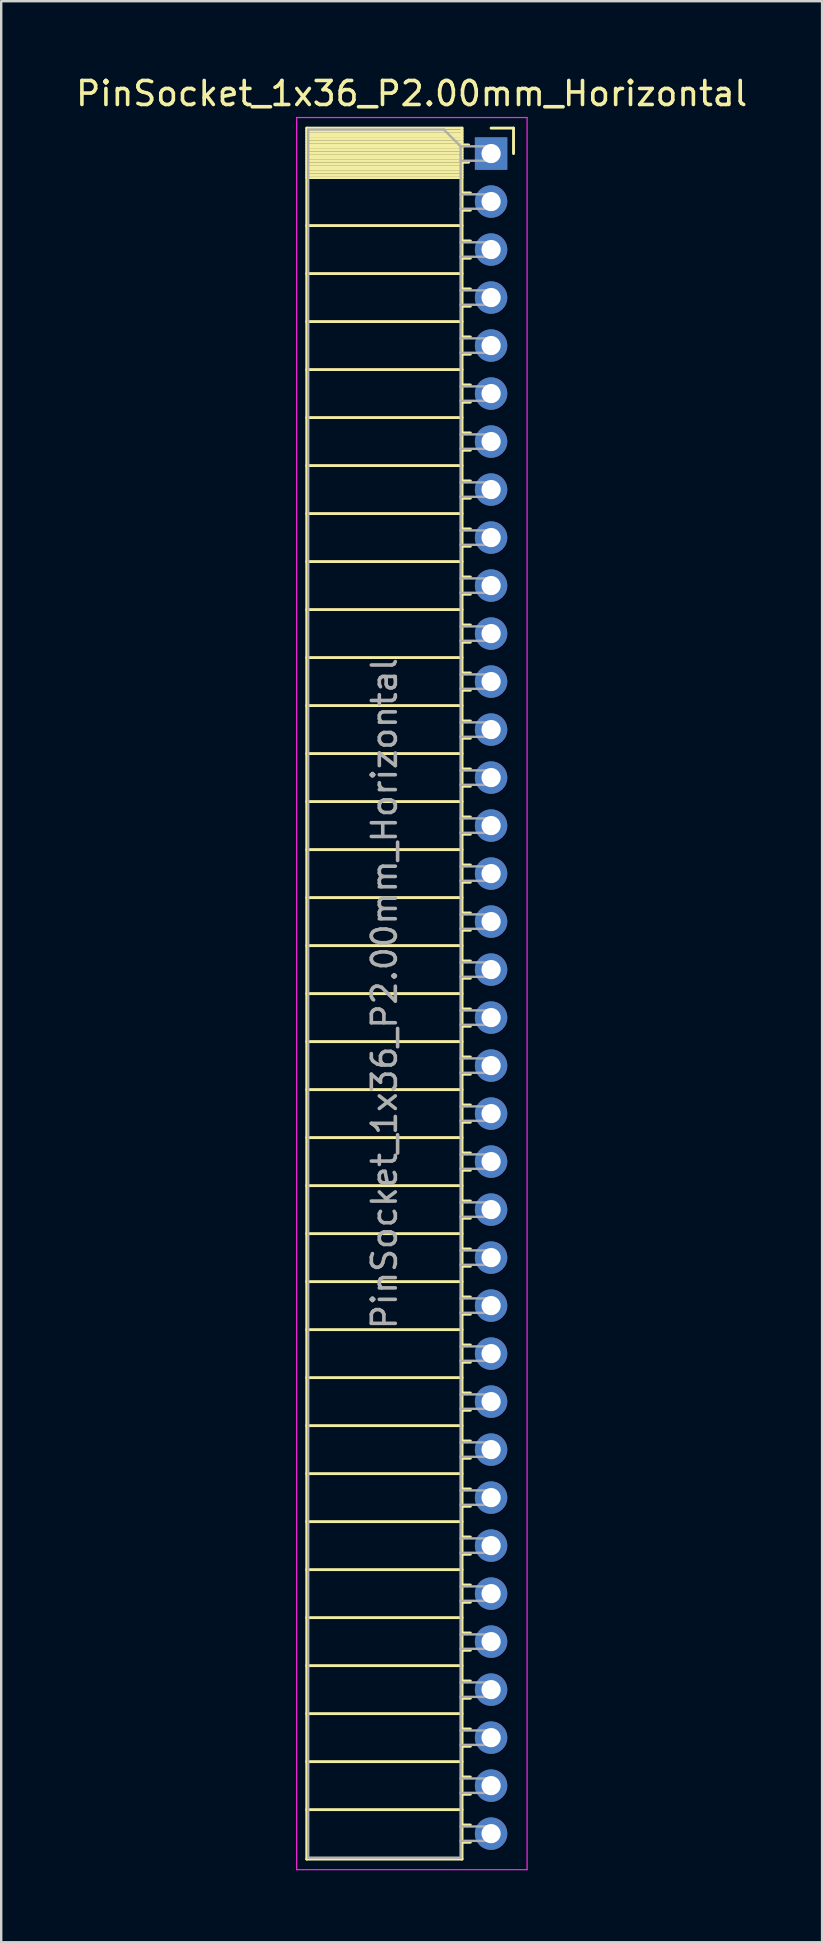
<source format=kicad_pcb>
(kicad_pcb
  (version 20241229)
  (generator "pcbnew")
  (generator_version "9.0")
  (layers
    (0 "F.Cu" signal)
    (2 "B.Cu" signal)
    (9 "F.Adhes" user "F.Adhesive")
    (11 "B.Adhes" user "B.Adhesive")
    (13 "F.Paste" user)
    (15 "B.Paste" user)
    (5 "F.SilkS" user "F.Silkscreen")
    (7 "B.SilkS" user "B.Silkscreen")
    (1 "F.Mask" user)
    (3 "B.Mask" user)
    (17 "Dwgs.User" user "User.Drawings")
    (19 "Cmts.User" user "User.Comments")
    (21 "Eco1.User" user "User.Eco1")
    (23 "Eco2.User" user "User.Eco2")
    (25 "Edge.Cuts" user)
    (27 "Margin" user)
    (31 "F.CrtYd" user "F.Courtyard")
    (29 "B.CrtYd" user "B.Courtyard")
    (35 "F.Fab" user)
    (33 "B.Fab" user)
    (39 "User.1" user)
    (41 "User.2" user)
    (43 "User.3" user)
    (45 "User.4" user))
  (footprint "PinSocket_1x36_P2.00mm_Horizontal"
    (layer "F.Cu")
    (at 17.411 3.348)
    (property "Reference" "PinSocket_1x36_P2.00mm_Horizontal" (at -3.31 -2.5 0) (layer "F.SilkS") (effects (font (size 1 1) (thickness 0.15))))
    (attr through_hole)
    (fp_line (start -7.68 -1.06) (end -7.68 71.06) (stroke (width 0.12) (type solid)) (layer "F.SilkS"))
    (fp_line (start -7.68 -1.06) (end -1.21 -1.06) (stroke (width 0.12) (type solid)) (layer "F.SilkS"))
    (fp_line (start -7.68 -0.94) (end -1.21 -0.94) (stroke (width 0.12) (type solid)) (layer "F.SilkS"))
    (fp_line (start -7.68 -0.826) (end -1.21 -0.826) (stroke (width 0.12) (type solid)) (layer "F.SilkS"))
    (fp_line (start -7.68 -0.712) (end -1.21 -0.712) (stroke (width 0.12) (type solid)) (layer "F.SilkS"))
    (fp_line (start -7.68 -0.598) (end -1.21 -0.598) (stroke (width 0.12) (type solid)) (layer "F.SilkS"))
    (fp_line (start -7.68 -0.484) (end -1.21 -0.484) (stroke (width 0.12) (type solid)) (layer "F.SilkS"))
    (fp_line (start -7.68 -0.369) (end -1.21 -0.369) (stroke (width 0.12) (type solid)) (layer "F.SilkS"))
    (fp_line (start -7.68 -0.255) (end -1.21 -0.255) (stroke (width 0.12) (type solid)) (layer "F.SilkS"))
    (fp_line (start -7.68 -0.141) (end -1.21 -0.141) (stroke (width 0.12) (type solid)) (layer "F.SilkS"))
    (fp_line (start -7.68 -0.027) (end -1.21 -0.027) (stroke (width 0.12) (type solid)) (layer "F.SilkS"))
    (fp_line (start -7.68 0.087) (end -1.21 0.087) (stroke (width 0.12) (type solid)) (layer "F.SilkS"))
    (fp_line (start -7.68 0.201) (end -1.21 0.201) (stroke (width 0.12) (type solid)) (layer "F.SilkS"))
    (fp_line (start -7.68 0.315) (end -1.21 0.315) (stroke (width 0.12) (type solid)) (layer "F.SilkS"))
    (fp_line (start -7.68 0.429) (end -1.21 0.429) (stroke (width 0.12) (type solid)) (layer "F.SilkS"))
    (fp_line (start -7.68 0.544) (end -1.21 0.544) (stroke (width 0.12) (type solid)) (layer "F.SilkS"))
    (fp_line (start -7.68 0.658) (end -1.21 0.658) (stroke (width 0.12) (type solid)) (layer "F.SilkS"))
    (fp_line (start -7.68 0.772) (end -1.21 0.772) (stroke (width 0.12) (type solid)) (layer "F.SilkS"))
    (fp_line (start -7.68 0.886) (end -1.21 0.886) (stroke (width 0.12) (type solid)) (layer "F.SilkS"))
    (fp_line (start -7.68 1) (end -1.21 1) (stroke (width 0.12) (type solid)) (layer "F.SilkS"))
    (fp_line (start -7.68 3) (end -1.21 3) (stroke (width 0.12) (type solid)) (layer "F.SilkS"))
    (fp_line (start -7.68 5) (end -1.21 5) (stroke (width 0.12) (type solid)) (layer "F.SilkS"))
    (fp_line (start -7.68 7) (end -1.21 7) (stroke (width 0.12) (type solid)) (layer "F.SilkS"))
    (fp_line (start -7.68 9) (end -1.21 9) (stroke (width 0.12) (type solid)) (layer "F.SilkS"))
    (fp_line (start -7.68 11) (end -1.21 11) (stroke (width 0.12) (type solid)) (layer "F.SilkS"))
    (fp_line (start -7.68 13) (end -1.21 13) (stroke (width 0.12) (type solid)) (layer "F.SilkS"))
    (fp_line (start -7.68 15) (end -1.21 15) (stroke (width 0.12) (type solid)) (layer "F.SilkS"))
    (fp_line (start -7.68 17) (end -1.21 17) (stroke (width 0.12) (type solid)) (layer "F.SilkS"))
    (fp_line (start -7.68 19) (end -1.21 19) (stroke (width 0.12) (type solid)) (layer "F.SilkS"))
    (fp_line (start -7.68 21) (end -1.21 21) (stroke (width 0.12) (type solid)) (layer "F.SilkS"))
    (fp_line (start -7.68 23) (end -1.21 23) (stroke (width 0.12) (type solid)) (layer "F.SilkS"))
    (fp_line (start -7.68 25) (end -1.21 25) (stroke (width 0.12) (type solid)) (layer "F.SilkS"))
    (fp_line (start -7.68 27) (end -1.21 27) (stroke (width 0.12) (type solid)) (layer "F.SilkS"))
    (fp_line (start -7.68 29) (end -1.21 29) (stroke (width 0.12) (type solid)) (layer "F.SilkS"))
    (fp_line (start -7.68 31) (end -1.21 31) (stroke (width 0.12) (type solid)) (layer "F.SilkS"))
    (fp_line (start -7.68 33) (end -1.21 33) (stroke (width 0.12) (type solid)) (layer "F.SilkS"))
    (fp_line (start -7.68 35) (end -1.21 35) (stroke (width 0.12) (type solid)) (layer "F.SilkS"))
    (fp_line (start -7.68 37) (end -1.21 37) (stroke (width 0.12) (type solid)) (layer "F.SilkS"))
    (fp_line (start -7.68 39) (end -1.21 39) (stroke (width 0.12) (type solid)) (layer "F.SilkS"))
    (fp_line (start -7.68 41) (end -1.21 41) (stroke (width 0.12) (type solid)) (layer "F.SilkS"))
    (fp_line (start -7.68 43) (end -1.21 43) (stroke (width 0.12) (type solid)) (layer "F.SilkS"))
    (fp_line (start -7.68 45) (end -1.21 45) (stroke (width 0.12) (type solid)) (layer "F.SilkS"))
    (fp_line (start -7.68 47) (end -1.21 47) (stroke (width 0.12) (type solid)) (layer "F.SilkS"))
    (fp_line (start -7.68 49) (end -1.21 49) (stroke (width 0.12) (type solid)) (layer "F.SilkS"))
    (fp_line (start -7.68 51) (end -1.21 51) (stroke (width 0.12) (type solid)) (layer "F.SilkS"))
    (fp_line (start -7.68 53) (end -1.21 53) (stroke (width 0.12) (type solid)) (layer "F.SilkS"))
    (fp_line (start -7.68 55) (end -1.21 55) (stroke (width 0.12) (type solid)) (layer "F.SilkS"))
    (fp_line (start -7.68 57) (end -1.21 57) (stroke (width 0.12) (type solid)) (layer "F.SilkS"))
    (fp_line (start -7.68 59) (end -1.21 59) (stroke (width 0.12) (type solid)) (layer "F.SilkS"))
    (fp_line (start -7.68 61) (end -1.21 61) (stroke (width 0.12) (type solid)) (layer "F.SilkS"))
    (fp_line (start -7.68 63) (end -1.21 63) (stroke (width 0.12) (type solid)) (layer "F.SilkS"))
    (fp_line (start -7.68 65) (end -1.21 65) (stroke (width 0.12) (type solid)) (layer "F.SilkS"))
    (fp_line (start -7.68 67) (end -1.21 67) (stroke (width 0.12) (type solid)) (layer "F.SilkS"))
    (fp_line (start -7.68 69) (end -1.21 69) (stroke (width 0.12) (type solid)) (layer "F.SilkS"))
    (fp_line (start -7.68 71.06) (end -1.21 71.06) (stroke (width 0.12) (type solid)) (layer "F.SilkS"))
    (fp_line (start -1.21 -1.06) (end -1.21 71.06) (stroke (width 0.12) (type solid)) (layer "F.SilkS"))
    (fp_line (start -1.21 -0.36) (end -0.935 -0.36) (stroke (width 0.12) (type solid)) (layer "F.SilkS"))
    (fp_line (start -1.21 0.36) (end -0.935 0.36) (stroke (width 0.12) (type solid)) (layer "F.SilkS"))
    (fp_line (start -1.21 1.64) (end -0.863 1.64) (stroke (width 0.12) (type solid)) (layer "F.SilkS"))
    (fp_line (start -1.21 2.36) (end -0.863 2.36) (stroke (width 0.12) (type solid)) (layer "F.SilkS"))
    (fp_line (start -1.21 3.64) (end -0.863 3.64) (stroke (width 0.12) (type solid)) (layer "F.SilkS"))
    (fp_line (start -1.21 4.36) (end -0.863 4.36) (stroke (width 0.12) (type solid)) (layer "F.SilkS"))
    (fp_line (start -1.21 5.64) (end -0.863 5.64) (stroke (width 0.12) (type solid)) (layer "F.SilkS"))
    (fp_line (start -1.21 6.36) (end -0.863 6.36) (stroke (width 0.12) (type solid)) (layer "F.SilkS"))
    (fp_line (start -1.21 7.64) (end -0.863 7.64) (stroke (width 0.12) (type solid)) (layer "F.SilkS"))
    (fp_line (start -1.21 8.36) (end -0.863 8.36) (stroke (width 0.12) (type solid)) (layer "F.SilkS"))
    (fp_line (start -1.21 9.64) (end -0.863 9.64) (stroke (width 0.12) (type solid)) (layer "F.SilkS"))
    (fp_line (start -1.21 10.36) (end -0.863 10.36) (stroke (width 0.12) (type solid)) (layer "F.SilkS"))
    (fp_line (start -1.21 11.64) (end -0.863 11.64) (stroke (width 0.12) (type solid)) (layer "F.SilkS"))
    (fp_line (start -1.21 12.36) (end -0.863 12.36) (stroke (width 0.12) (type solid)) (layer "F.SilkS"))
    (fp_line (start -1.21 13.64) (end -0.863 13.64) (stroke (width 0.12) (type solid)) (layer "F.SilkS"))
    (fp_line (start -1.21 14.36) (end -0.863 14.36) (stroke (width 0.12) (type solid)) (layer "F.SilkS"))
    (fp_line (start -1.21 15.64) (end -0.863 15.64) (stroke (width 0.12) (type solid)) (layer "F.SilkS"))
    (fp_line (start -1.21 16.36) (end -0.863 16.36) (stroke (width 0.12) (type solid)) (layer "F.SilkS"))
    (fp_line (start -1.21 17.64) (end -0.863 17.64) (stroke (width 0.12) (type solid)) (layer "F.SilkS"))
    (fp_line (start -1.21 18.36) (end -0.863 18.36) (stroke (width 0.12) (type solid)) (layer "F.SilkS"))
    (fp_line (start -1.21 19.64) (end -0.863 19.64) (stroke (width 0.12) (type solid)) (layer "F.SilkS"))
    (fp_line (start -1.21 20.36) (end -0.863 20.36) (stroke (width 0.12) (type solid)) (layer "F.SilkS"))
    (fp_line (start -1.21 21.64) (end -0.863 21.64) (stroke (width 0.12) (type solid)) (layer "F.SilkS"))
    (fp_line (start -1.21 22.36) (end -0.863 22.36) (stroke (width 0.12) (type solid)) (layer "F.SilkS"))
    (fp_line (start -1.21 23.64) (end -0.863 23.64) (stroke (width 0.12) (type solid)) (layer "F.SilkS"))
    (fp_line (start -1.21 24.36) (end -0.863 24.36) (stroke (width 0.12) (type solid)) (layer "F.SilkS"))
    (fp_line (start -1.21 25.64) (end -0.863 25.64) (stroke (width 0.12) (type solid)) (layer "F.SilkS"))
    (fp_line (start -1.21 26.36) (end -0.863 26.36) (stroke (width 0.12) (type solid)) (layer "F.SilkS"))
    (fp_line (start -1.21 27.64) (end -0.863 27.64) (stroke (width 0.12) (type solid)) (layer "F.SilkS"))
    (fp_line (start -1.21 28.36) (end -0.863 28.36) (stroke (width 0.12) (type solid)) (layer "F.SilkS"))
    (fp_line (start -1.21 29.64) (end -0.863 29.64) (stroke (width 0.12) (type solid)) (layer "F.SilkS"))
    (fp_line (start -1.21 30.36) (end -0.863 30.36) (stroke (width 0.12) (type solid)) (layer "F.SilkS"))
    (fp_line (start -1.21 31.64) (end -0.863 31.64) (stroke (width 0.12) (type solid)) (layer "F.SilkS"))
    (fp_line (start -1.21 32.36) (end -0.863 32.36) (stroke (width 0.12) (type solid)) (layer "F.SilkS"))
    (fp_line (start -1.21 33.64) (end -0.863 33.64) (stroke (width 0.12) (type solid)) (layer "F.SilkS"))
    (fp_line (start -1.21 34.36) (end -0.863 34.36) (stroke (width 0.12) (type solid)) (layer "F.SilkS"))
    (fp_line (start -1.21 35.64) (end -0.863 35.64) (stroke (width 0.12) (type solid)) (layer "F.SilkS"))
    (fp_line (start -1.21 36.36) (end -0.863 36.36) (stroke (width 0.12) (type solid)) (layer "F.SilkS"))
    (fp_line (start -1.21 37.64) (end -0.863 37.64) (stroke (width 0.12) (type solid)) (layer "F.SilkS"))
    (fp_line (start -1.21 38.36) (end -0.863 38.36) (stroke (width 0.12) (type solid)) (layer "F.SilkS"))
    (fp_line (start -1.21 39.64) (end -0.863 39.64) (stroke (width 0.12) (type solid)) (layer "F.SilkS"))
    (fp_line (start -1.21 40.36) (end -0.863 40.36) (stroke (width 0.12) (type solid)) (layer "F.SilkS"))
    (fp_line (start -1.21 41.64) (end -0.863 41.64) (stroke (width 0.12) (type solid)) (layer "F.SilkS"))
    (fp_line (start -1.21 42.36) (end -0.863 42.36) (stroke (width 0.12) (type solid)) (layer "F.SilkS"))
    (fp_line (start -1.21 43.64) (end -0.863 43.64) (stroke (width 0.12) (type solid)) (layer "F.SilkS"))
    (fp_line (start -1.21 44.36) (end -0.863 44.36) (stroke (width 0.12) (type solid)) (layer "F.SilkS"))
    (fp_line (start -1.21 45.64) (end -0.863 45.64) (stroke (width 0.12) (type solid)) (layer "F.SilkS"))
    (fp_line (start -1.21 46.36) (end -0.863 46.36) (stroke (width 0.12) (type solid)) (layer "F.SilkS"))
    (fp_line (start -1.21 47.64) (end -0.863 47.64) (stroke (width 0.12) (type solid)) (layer "F.SilkS"))
    (fp_line (start -1.21 48.36) (end -0.863 48.36) (stroke (width 0.12) (type solid)) (layer "F.SilkS"))
    (fp_line (start -1.21 49.64) (end -0.863 49.64) (stroke (width 0.12) (type solid)) (layer "F.SilkS"))
    (fp_line (start -1.21 50.36) (end -0.863 50.36) (stroke (width 0.12) (type solid)) (layer "F.SilkS"))
    (fp_line (start -1.21 51.64) (end -0.863 51.64) (stroke (width 0.12) (type solid)) (layer "F.SilkS"))
    (fp_line (start -1.21 52.36) (end -0.863 52.36) (stroke (width 0.12) (type solid)) (layer "F.SilkS"))
    (fp_line (start -1.21 53.64) (end -0.863 53.64) (stroke (width 0.12) (type solid)) (layer "F.SilkS"))
    (fp_line (start -1.21 54.36) (end -0.863 54.36) (stroke (width 0.12) (type solid)) (layer "F.SilkS"))
    (fp_line (start -1.21 55.64) (end -0.863 55.64) (stroke (width 0.12) (type solid)) (layer "F.SilkS"))
    (fp_line (start -1.21 56.36) (end -0.863 56.36) (stroke (width 0.12) (type solid)) (layer "F.SilkS"))
    (fp_line (start -1.21 57.64) (end -0.863 57.64) (stroke (width 0.12) (type solid)) (layer "F.SilkS"))
    (fp_line (start -1.21 58.36) (end -0.863 58.36) (stroke (width 0.12) (type solid)) (layer "F.SilkS"))
    (fp_line (start -1.21 59.64) (end -0.863 59.64) (stroke (width 0.12) (type solid)) (layer "F.SilkS"))
    (fp_line (start -1.21 60.36) (end -0.863 60.36) (stroke (width 0.12) (type solid)) (layer "F.SilkS"))
    (fp_line (start -1.21 61.64) (end -0.863 61.64) (stroke (width 0.12) (type solid)) (layer "F.SilkS"))
    (fp_line (start -1.21 62.36) (end -0.863 62.36) (stroke (width 0.12) (type solid)) (layer "F.SilkS"))
    (fp_line (start -1.21 63.64) (end -0.863 63.64) (stroke (width 0.12) (type solid)) (layer "F.SilkS"))
    (fp_line (start -1.21 64.36) (end -0.863 64.36) (stroke (width 0.12) (type solid)) (layer "F.SilkS"))
    (fp_line (start -1.21 65.64) (end -0.863 65.64) (stroke (width 0.12) (type solid)) (layer "F.SilkS"))
    (fp_line (start -1.21 66.36) (end -0.863 66.36) (stroke (width 0.12) (type solid)) (layer "F.SilkS"))
    (fp_line (start -1.21 67.64) (end -0.863 67.64) (stroke (width 0.12) (type solid)) (layer "F.SilkS"))
    (fp_line (start -1.21 68.36) (end -0.863 68.36) (stroke (width 0.12) (type solid)) (layer "F.SilkS"))
    (fp_line (start -1.21 69.64) (end -0.863 69.64) (stroke (width 0.12) (type solid)) (layer "F.SilkS"))
    (fp_line (start -1.21 70.36) (end -0.863 70.36) (stroke (width 0.12) (type solid)) (layer "F.SilkS"))
    (fp_line (start 0 -1.06) (end 0.935 -1.06) (stroke (width 0.12) (type solid)) (layer "F.SilkS"))
    (fp_line (start 0.935 -1.06) (end 0.935 0) (stroke (width 0.12) (type solid)) (layer "F.SilkS"))
    (fp_line (start -8.1 -1.5) (end -8.1 71.5) (stroke (width 0.05) (type solid)) (layer "F.CrtYd"))
    (fp_line (start -8.1 71.5) (end 1.5 71.5) (stroke (width 0.05) (type solid)) (layer "F.CrtYd"))
    (fp_line (start 1.5 -1.5) (end -8.1 -1.5) (stroke (width 0.05) (type solid)) (layer "F.CrtYd"))
    (fp_line (start 1.5 71.5) (end 1.5 -1.5) (stroke (width 0.05) (type solid)) (layer "F.CrtYd"))
    (fp_line (start -7.62 -1) (end -1.97 -1) (stroke (width 0.1) (type solid)) (layer "F.Fab"))
    (fp_line (start -7.62 71) (end -7.62 -1) (stroke (width 0.1) (type solid)) (layer "F.Fab"))
    (fp_line (start -1.97 -1) (end -1.27 -0.3) (stroke (width 0.1) (type solid)) (layer "F.Fab"))
    (fp_line (start -1.27 -0.3) (end -1.27 71) (stroke (width 0.1) (type solid)) (layer "F.Fab"))
    (fp_line (start -1.27 0.3) (end 0 0.3) (stroke (width 0.1) (type solid)) (layer "F.Fab"))
    (fp_line (start -1.27 2.3) (end 0 2.3) (stroke (width 0.1) (type solid)) (layer "F.Fab"))
    (fp_line (start -1.27 4.3) (end 0 4.3) (stroke (width 0.1) (type solid)) (layer "F.Fab"))
    (fp_line (start -1.27 6.3) (end 0 6.3) (stroke (width 0.1) (type solid)) (layer "F.Fab"))
    (fp_line (start -1.27 8.3) (end 0 8.3) (stroke (width 0.1) (type solid)) (layer "F.Fab"))
    (fp_line (start -1.27 10.3) (end 0 10.3) (stroke (width 0.1) (type solid)) (layer "F.Fab"))
    (fp_line (start -1.27 12.3) (end 0 12.3) (stroke (width 0.1) (type solid)) (layer "F.Fab"))
    (fp_line (start -1.27 14.3) (end 0 14.3) (stroke (width 0.1) (type solid)) (layer "F.Fab"))
    (fp_line (start -1.27 16.3) (end 0 16.3) (stroke (width 0.1) (type solid)) (layer "F.Fab"))
    (fp_line (start -1.27 18.3) (end 0 18.3) (stroke (width 0.1) (type solid)) (layer "F.Fab"))
    (fp_line (start -1.27 20.3) (end 0 20.3) (stroke (width 0.1) (type solid)) (layer "F.Fab"))
    (fp_line (start -1.27 22.3) (end 0 22.3) (stroke (width 0.1) (type solid)) (layer "F.Fab"))
    (fp_line (start -1.27 24.3) (end 0 24.3) (stroke (width 0.1) (type solid)) (layer "F.Fab"))
    (fp_line (start -1.27 26.3) (end 0 26.3) (stroke (width 0.1) (type solid)) (layer "F.Fab"))
    (fp_line (start -1.27 28.3) (end 0 28.3) (stroke (width 0.1) (type solid)) (layer "F.Fab"))
    (fp_line (start -1.27 30.3) (end 0 30.3) (stroke (width 0.1) (type solid)) (layer "F.Fab"))
    (fp_line (start -1.27 32.3) (end 0 32.3) (stroke (width 0.1) (type solid)) (layer "F.Fab"))
    (fp_line (start -1.27 34.3) (end 0 34.3) (stroke (width 0.1) (type solid)) (layer "F.Fab"))
    (fp_line (start -1.27 36.3) (end 0 36.3) (stroke (width 0.1) (type solid)) (layer "F.Fab"))
    (fp_line (start -1.27 38.3) (end 0 38.3) (stroke (width 0.1) (type solid)) (layer "F.Fab"))
    (fp_line (start -1.27 40.3) (end 0 40.3) (stroke (width 0.1) (type solid)) (layer "F.Fab"))
    (fp_line (start -1.27 42.3) (end 0 42.3) (stroke (width 0.1) (type solid)) (layer "F.Fab"))
    (fp_line (start -1.27 44.3) (end 0 44.3) (stroke (width 0.1) (type solid)) (layer "F.Fab"))
    (fp_line (start -1.27 46.3) (end 0 46.3) (stroke (width 0.1) (type solid)) (layer "F.Fab"))
    (fp_line (start -1.27 48.3) (end 0 48.3) (stroke (width 0.1) (type solid)) (layer "F.Fab"))
    (fp_line (start -1.27 50.3) (end 0 50.3) (stroke (width 0.1) (type solid)) (layer "F.Fab"))
    (fp_line (start -1.27 52.3) (end 0 52.3) (stroke (width 0.1) (type solid)) (layer "F.Fab"))
    (fp_line (start -1.27 54.3) (end 0 54.3) (stroke (width 0.1) (type solid)) (layer "F.Fab"))
    (fp_line (start -1.27 56.3) (end 0 56.3) (stroke (width 0.1) (type solid)) (layer "F.Fab"))
    (fp_line (start -1.27 58.3) (end 0 58.3) (stroke (width 0.1) (type solid)) (layer "F.Fab"))
    (fp_line (start -1.27 60.3) (end 0 60.3) (stroke (width 0.1) (type solid)) (layer "F.Fab"))
    (fp_line (start -1.27 62.3) (end 0 62.3) (stroke (width 0.1) (type solid)) (layer "F.Fab"))
    (fp_line (start -1.27 64.3) (end 0 64.3) (stroke (width 0.1) (type solid)) (layer "F.Fab"))
    (fp_line (start -1.27 66.3) (end 0 66.3) (stroke (width 0.1) (type solid)) (layer "F.Fab"))
    (fp_line (start -1.27 68.3) (end 0 68.3) (stroke (width 0.1) (type solid)) (layer "F.Fab"))
    (fp_line (start -1.27 70.3) (end 0 70.3) (stroke (width 0.1) (type solid)) (layer "F.Fab"))
    (fp_line (start -1.27 71) (end -7.62 71) (stroke (width 0.1) (type solid)) (layer "F.Fab"))
    (fp_line (start 0 -0.3) (end -1.27 -0.3) (stroke (width 0.1) (type solid)) (layer "F.Fab"))
    (fp_line (start 0 0.3) (end 0 -0.3) (stroke (width 0.1) (type solid)) (layer "F.Fab"))
    (fp_line (start 0 1.7) (end -1.27 1.7) (stroke (width 0.1) (type solid)) (layer "F.Fab"))
    (fp_line (start 0 2.3) (end 0 1.7) (stroke (width 0.1) (type solid)) (layer "F.Fab"))
    (fp_line (start 0 3.7) (end -1.27 3.7) (stroke (width 0.1) (type solid)) (layer "F.Fab"))
    (fp_line (start 0 4.3) (end 0 3.7) (stroke (width 0.1) (type solid)) (layer "F.Fab"))
    (fp_line (start 0 5.7) (end -1.27 5.7) (stroke (width 0.1) (type solid)) (layer "F.Fab"))
    (fp_line (start 0 6.3) (end 0 5.7) (stroke (width 0.1) (type solid)) (layer "F.Fab"))
    (fp_line (start 0 7.7) (end -1.27 7.7) (stroke (width 0.1) (type solid)) (layer "F.Fab"))
    (fp_line (start 0 8.3) (end 0 7.7) (stroke (width 0.1) (type solid)) (layer "F.Fab"))
    (fp_line (start 0 9.7) (end -1.27 9.7) (stroke (width 0.1) (type solid)) (layer "F.Fab"))
    (fp_line (start 0 10.3) (end 0 9.7) (stroke (width 0.1) (type solid)) (layer "F.Fab"))
    (fp_line (start 0 11.7) (end -1.27 11.7) (stroke (width 0.1) (type solid)) (layer "F.Fab"))
    (fp_line (start 0 12.3) (end 0 11.7) (stroke (width 0.1) (type solid)) (layer "F.Fab"))
    (fp_line (start 0 13.7) (end -1.27 13.7) (stroke (width 0.1) (type solid)) (layer "F.Fab"))
    (fp_line (start 0 14.3) (end 0 13.7) (stroke (width 0.1) (type solid)) (layer "F.Fab"))
    (fp_line (start 0 15.7) (end -1.27 15.7) (stroke (width 0.1) (type solid)) (layer "F.Fab"))
    (fp_line (start 0 16.3) (end 0 15.7) (stroke (width 0.1) (type solid)) (layer "F.Fab"))
    (fp_line (start 0 17.7) (end -1.27 17.7) (stroke (width 0.1) (type solid)) (layer "F.Fab"))
    (fp_line (start 0 18.3) (end 0 17.7) (stroke (width 0.1) (type solid)) (layer "F.Fab"))
    (fp_line (start 0 19.7) (end -1.27 19.7) (stroke (width 0.1) (type solid)) (layer "F.Fab"))
    (fp_line (start 0 20.3) (end 0 19.7) (stroke (width 0.1) (type solid)) (layer "F.Fab"))
    (fp_line (start 0 21.7) (end -1.27 21.7) (stroke (width 0.1) (type solid)) (layer "F.Fab"))
    (fp_line (start 0 22.3) (end 0 21.7) (stroke (width 0.1) (type solid)) (layer "F.Fab"))
    (fp_line (start 0 23.7) (end -1.27 23.7) (stroke (width 0.1) (type solid)) (layer "F.Fab"))
    (fp_line (start 0 24.3) (end 0 23.7) (stroke (width 0.1) (type solid)) (layer "F.Fab"))
    (fp_line (start 0 25.7) (end -1.27 25.7) (stroke (width 0.1) (type solid)) (layer "F.Fab"))
    (fp_line (start 0 26.3) (end 0 25.7) (stroke (width 0.1) (type solid)) (layer "F.Fab"))
    (fp_line (start 0 27.7) (end -1.27 27.7) (stroke (width 0.1) (type solid)) (layer "F.Fab"))
    (fp_line (start 0 28.3) (end 0 27.7) (stroke (width 0.1) (type solid)) (layer "F.Fab"))
    (fp_line (start 0 29.7) (end -1.27 29.7) (stroke (width 0.1) (type solid)) (layer "F.Fab"))
    (fp_line (start 0 30.3) (end 0 29.7) (stroke (width 0.1) (type solid)) (layer "F.Fab"))
    (fp_line (start 0 31.7) (end -1.27 31.7) (stroke (width 0.1) (type solid)) (layer "F.Fab"))
    (fp_line (start 0 32.3) (end 0 31.7) (stroke (width 0.1) (type solid)) (layer "F.Fab"))
    (fp_line (start 0 33.7) (end -1.27 33.7) (stroke (width 0.1) (type solid)) (layer "F.Fab"))
    (fp_line (start 0 34.3) (end 0 33.7) (stroke (width 0.1) (type solid)) (layer "F.Fab"))
    (fp_line (start 0 35.7) (end -1.27 35.7) (stroke (width 0.1) (type solid)) (layer "F.Fab"))
    (fp_line (start 0 36.3) (end 0 35.7) (stroke (width 0.1) (type solid)) (layer "F.Fab"))
    (fp_line (start 0 37.7) (end -1.27 37.7) (stroke (width 0.1) (type solid)) (layer "F.Fab"))
    (fp_line (start 0 38.3) (end 0 37.7) (stroke (width 0.1) (type solid)) (layer "F.Fab"))
    (fp_line (start 0 39.7) (end -1.27 39.7) (stroke (width 0.1) (type solid)) (layer "F.Fab"))
    (fp_line (start 0 40.3) (end 0 39.7) (stroke (width 0.1) (type solid)) (layer "F.Fab"))
    (fp_line (start 0 41.7) (end -1.27 41.7) (stroke (width 0.1) (type solid)) (layer "F.Fab"))
    (fp_line (start 0 42.3) (end 0 41.7) (stroke (width 0.1) (type solid)) (layer "F.Fab"))
    (fp_line (start 0 43.7) (end -1.27 43.7) (stroke (width 0.1) (type solid)) (layer "F.Fab"))
    (fp_line (start 0 44.3) (end 0 43.7) (stroke (width 0.1) (type solid)) (layer "F.Fab"))
    (fp_line (start 0 45.7) (end -1.27 45.7) (stroke (width 0.1) (type solid)) (layer "F.Fab"))
    (fp_line (start 0 46.3) (end 0 45.7) (stroke (width 0.1) (type solid)) (layer "F.Fab"))
    (fp_line (start 0 47.7) (end -1.27 47.7) (stroke (width 0.1) (type solid)) (layer "F.Fab"))
    (fp_line (start 0 48.3) (end 0 47.7) (stroke (width 0.1) (type solid)) (layer "F.Fab"))
    (fp_line (start 0 49.7) (end -1.27 49.7) (stroke (width 0.1) (type solid)) (layer "F.Fab"))
    (fp_line (start 0 50.3) (end 0 49.7) (stroke (width 0.1) (type solid)) (layer "F.Fab"))
    (fp_line (start 0 51.7) (end -1.27 51.7) (stroke (width 0.1) (type solid)) (layer "F.Fab"))
    (fp_line (start 0 52.3) (end 0 51.7) (stroke (width 0.1) (type solid)) (layer "F.Fab"))
    (fp_line (start 0 53.7) (end -1.27 53.7) (stroke (width 0.1) (type solid)) (layer "F.Fab"))
    (fp_line (start 0 54.3) (end 0 53.7) (stroke (width 0.1) (type solid)) (layer "F.Fab"))
    (fp_line (start 0 55.7) (end -1.27 55.7) (stroke (width 0.1) (type solid)) (layer "F.Fab"))
    (fp_line (start 0 56.3) (end 0 55.7) (stroke (width 0.1) (type solid)) (layer "F.Fab"))
    (fp_line (start 0 57.7) (end -1.27 57.7) (stroke (width 0.1) (type solid)) (layer "F.Fab"))
    (fp_line (start 0 58.3) (end 0 57.7) (stroke (width 0.1) (type solid)) (layer "F.Fab"))
    (fp_line (start 0 59.7) (end -1.27 59.7) (stroke (width 0.1) (type solid)) (layer "F.Fab"))
    (fp_line (start 0 60.3) (end 0 59.7) (stroke (width 0.1) (type solid)) (layer "F.Fab"))
    (fp_line (start 0 61.7) (end -1.27 61.7) (stroke (width 0.1) (type solid)) (layer "F.Fab"))
    (fp_line (start 0 62.3) (end 0 61.7) (stroke (width 0.1) (type solid)) (layer "F.Fab"))
    (fp_line (start 0 63.7) (end -1.27 63.7) (stroke (width 0.1) (type solid)) (layer "F.Fab"))
    (fp_line (start 0 64.3) (end 0 63.7) (stroke (width 0.1) (type solid)) (layer "F.Fab"))
    (fp_line (start 0 65.7) (end -1.27 65.7) (stroke (width 0.1) (type solid)) (layer "F.Fab"))
    (fp_line (start 0 66.3) (end 0 65.7) (stroke (width 0.1) (type solid)) (layer "F.Fab"))
    (fp_line (start 0 67.7) (end -1.27 67.7) (stroke (width 0.1) (type solid)) (layer "F.Fab"))
    (fp_line (start 0 68.3) (end 0 67.7) (stroke (width 0.1) (type solid)) (layer "F.Fab"))
    (fp_line (start 0 69.7) (end -1.27 69.7) (stroke (width 0.1) (type solid)) (layer "F.Fab"))
    (fp_line (start 0 70.3) (end 0 69.7) (stroke (width 0.1) (type solid)) (layer "F.Fab"))
    (fp_text user "${REFERENCE}" (at -4.445 35 90) (layer "F.Fab") (effects (font (size 1 1) (thickness 0.15))))
    (pad "1" thru_hole rect (at 0 0) (size 1.35 1.35) (drill 0.8) (layers "*.Cu" "*.Mask"))
    (pad "2" thru_hole circle (at 0 2) (size 1.35 1.35) (drill 0.8) (layers "*.Cu" "*.Mask"))
    (pad "3" thru_hole circle (at 0 4) (size 1.35 1.35) (drill 0.8) (layers "*.Cu" "*.Mask"))
    (pad "4" thru_hole circle (at 0 6) (size 1.35 1.35) (drill 0.8) (layers "*.Cu" "*.Mask"))
    (pad "5" thru_hole circle (at 0 8) (size 1.35 1.35) (drill 0.8) (layers "*.Cu" "*.Mask"))
    (pad "6" thru_hole circle (at 0 10) (size 1.35 1.35) (drill 0.8) (layers "*.Cu" "*.Mask"))
    (pad "7" thru_hole circle (at 0 12) (size 1.35 1.35) (drill 0.8) (layers "*.Cu" "*.Mask"))
    (pad "8" thru_hole circle (at 0 14) (size 1.35 1.35) (drill 0.8) (layers "*.Cu" "*.Mask"))
    (pad "9" thru_hole circle (at 0 16) (size 1.35 1.35) (drill 0.8) (layers "*.Cu" "*.Mask"))
    (pad "10" thru_hole circle (at 0 18) (size 1.35 1.35) (drill 0.8) (layers "*.Cu" "*.Mask"))
    (pad "11" thru_hole circle (at 0 20) (size 1.35 1.35) (drill 0.8) (layers "*.Cu" "*.Mask"))
    (pad "12" thru_hole circle (at 0 22) (size 1.35 1.35) (drill 0.8) (layers "*.Cu" "*.Mask"))
    (pad "13" thru_hole circle (at 0 24) (size 1.35 1.35) (drill 0.8) (layers "*.Cu" "*.Mask"))
    (pad "14" thru_hole circle (at 0 26) (size 1.35 1.35) (drill 0.8) (layers "*.Cu" "*.Mask"))
    (pad "15" thru_hole circle (at 0 28) (size 1.35 1.35) (drill 0.8) (layers "*.Cu" "*.Mask"))
    (pad "16" thru_hole circle (at 0 30) (size 1.35 1.35) (drill 0.8) (layers "*.Cu" "*.Mask"))
    (pad "17" thru_hole circle (at 0 32) (size 1.35 1.35) (drill 0.8) (layers "*.Cu" "*.Mask"))
    (pad "18" thru_hole circle (at 0 34) (size 1.35 1.35) (drill 0.8) (layers "*.Cu" "*.Mask"))
    (pad "19" thru_hole circle (at 0 36) (size 1.35 1.35) (drill 0.8) (layers "*.Cu" "*.Mask"))
    (pad "20" thru_hole circle (at 0 38) (size 1.35 1.35) (drill 0.8) (layers "*.Cu" "*.Mask"))
    (pad "21" thru_hole circle (at 0 40) (size 1.35 1.35) (drill 0.8) (layers "*.Cu" "*.Mask"))
    (pad "22" thru_hole circle (at 0 42) (size 1.35 1.35) (drill 0.8) (layers "*.Cu" "*.Mask"))
    (pad "23" thru_hole circle (at 0 44) (size 1.35 1.35) (drill 0.8) (layers "*.Cu" "*.Mask"))
    (pad "24" thru_hole circle (at 0 46) (size 1.35 1.35) (drill 0.8) (layers "*.Cu" "*.Mask"))
    (pad "25" thru_hole circle (at 0 48) (size 1.35 1.35) (drill 0.8) (layers "*.Cu" "*.Mask"))
    (pad "26" thru_hole circle (at 0 50) (size 1.35 1.35) (drill 0.8) (layers "*.Cu" "*.Mask"))
    (pad "27" thru_hole circle (at 0 52) (size 1.35 1.35) (drill 0.8) (layers "*.Cu" "*.Mask"))
    (pad "28" thru_hole circle (at 0 54) (size 1.35 1.35) (drill 0.8) (layers "*.Cu" "*.Mask"))
    (pad "29" thru_hole circle (at 0 56) (size 1.35 1.35) (drill 0.8) (layers "*.Cu" "*.Mask"))
    (pad "30" thru_hole circle (at 0 58) (size 1.35 1.35) (drill 0.8) (layers "*.Cu" "*.Mask"))
    (pad "31" thru_hole circle (at 0 60) (size 1.35 1.35) (drill 0.8) (layers "*.Cu" "*.Mask"))
    (pad "32" thru_hole circle (at 0 62) (size 1.35 1.35) (drill 0.8) (layers "*.Cu" "*.Mask"))
    (pad "33" thru_hole circle (at 0 64) (size 1.35 1.35) (drill 0.8) (layers "*.Cu" "*.Mask"))
    (pad "34" thru_hole circle (at 0 66) (size 1.35 1.35) (drill 0.8) (layers "*.Cu" "*.Mask"))
    (pad "35" thru_hole circle (at 0 68) (size 1.35 1.35) (drill 0.8) (layers "*.Cu" "*.Mask"))
    (pad "36" thru_hole circle (at 0 70) (size 1.35 1.35) (drill 0.8) (layers "*.Cu" "*.Mask")))
  (gr_rect
    (start -3 -3)
    (end 31.202 77.873)
    (stroke (width 0.1) (type default))
    (fill no)
    (layer "Edge.Cuts")))
</source>
